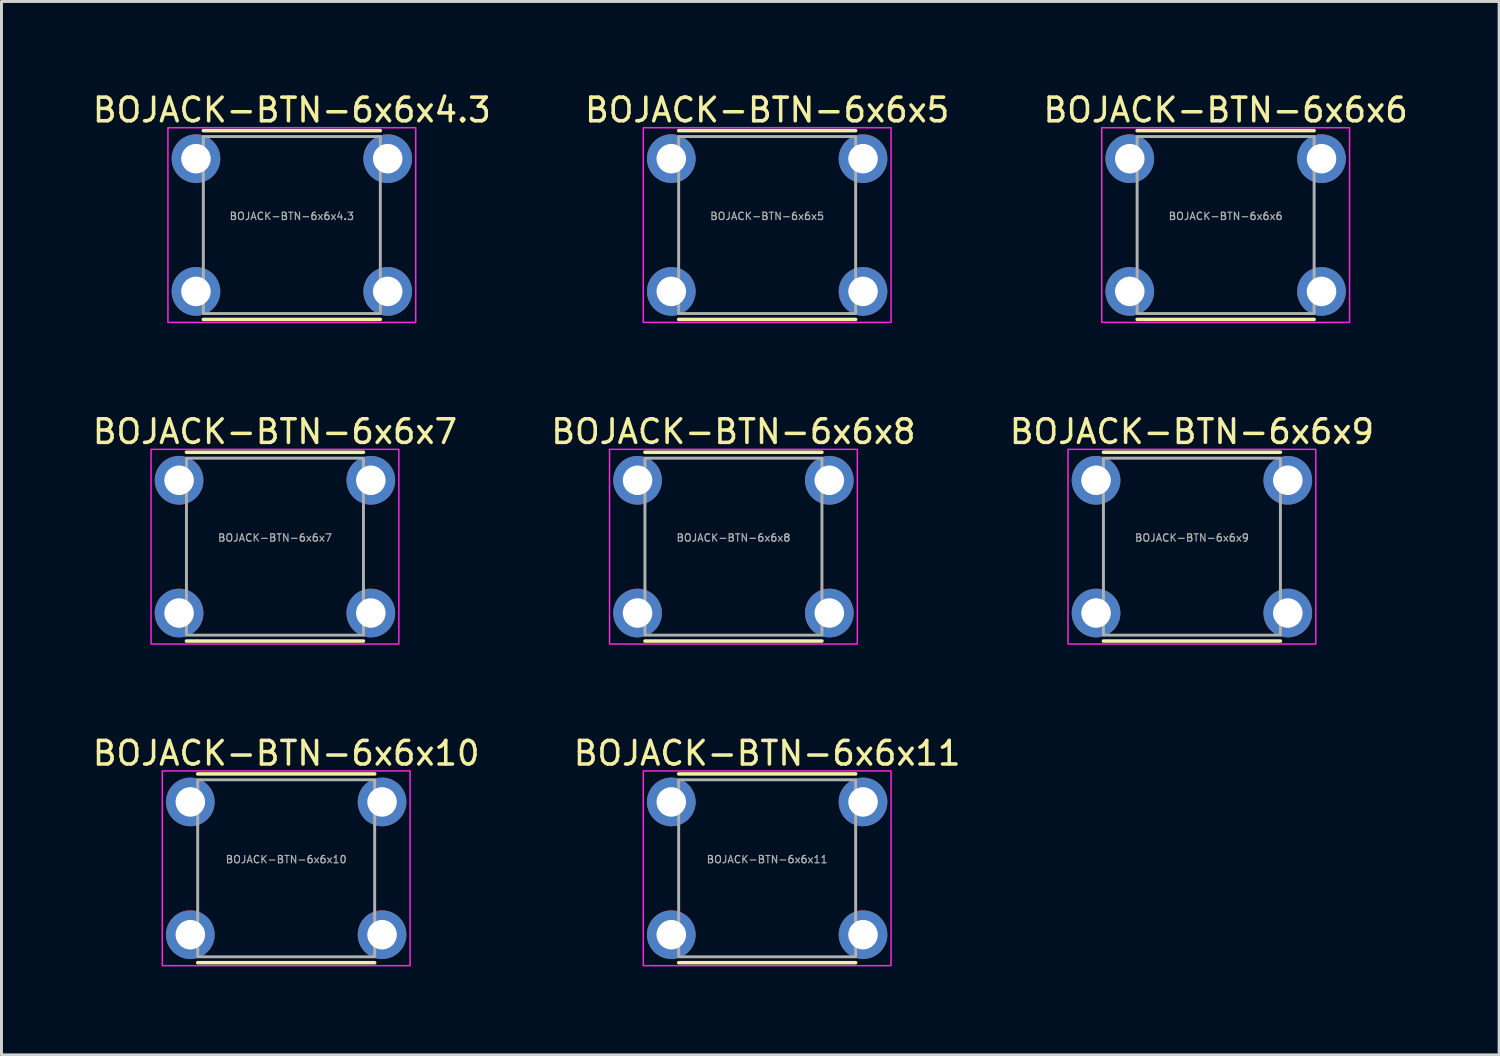
<source format=kicad_pcb>
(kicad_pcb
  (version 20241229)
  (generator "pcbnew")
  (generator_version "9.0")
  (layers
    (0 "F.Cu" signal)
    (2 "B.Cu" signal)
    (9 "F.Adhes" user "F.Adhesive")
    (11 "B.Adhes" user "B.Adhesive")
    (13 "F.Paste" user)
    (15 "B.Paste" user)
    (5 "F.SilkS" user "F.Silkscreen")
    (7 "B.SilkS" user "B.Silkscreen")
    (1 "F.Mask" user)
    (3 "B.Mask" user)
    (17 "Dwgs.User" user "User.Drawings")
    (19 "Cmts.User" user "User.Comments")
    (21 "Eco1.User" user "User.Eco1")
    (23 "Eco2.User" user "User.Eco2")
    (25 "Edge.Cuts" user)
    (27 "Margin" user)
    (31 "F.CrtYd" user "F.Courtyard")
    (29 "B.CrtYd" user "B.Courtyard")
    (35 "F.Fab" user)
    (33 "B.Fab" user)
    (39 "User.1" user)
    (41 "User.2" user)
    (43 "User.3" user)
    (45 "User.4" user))
  (footprint "BOJACK-BTN-6x6x8"
    (layer "F.Cu")
    (at 21.814 15.482)
    (property "Reference" "BOJACK-BTN-6x6x8" (at 0 -3.9 0) (unlocked yes) (layer "F.SilkS") (effects (font (size 0.8 0.8) (thickness 0.12))))
    (attr through_hole)
    (fp_line (start -3 -3.2) (end 3 -3.2) (stroke (width 0.12) (type default)) (layer "F.SilkS"))
    (fp_line (start -3 3.2) (end 3 3.2) (stroke (width 0.12) (type default)) (layer "F.SilkS"))
    (fp_rect (start -4.2 -3.3) (end 4.2 3.3) (stroke (width 0.05) (type default)) (fill no) (layer "F.CrtYd"))
    (fp_rect (start -3 -3) (end 3 3) (stroke (width 0.1) (type default)) (fill no) (layer "F.Fab"))
    (fp_text user "${REFERENCE}" (at 0 -0.3 0) (unlocked yes) (layer "F.Fab") (effects (font (size 0.25 0.25) (thickness 0.04))))
    (pad "1" thru_hole circle (at -3.25 -2.25) (size 1.65 1.65) (drill 1) (layers "*.Cu" "*.Mask"))
    (pad "1" thru_hole circle (at 3.25 -2.25) (size 1.65 1.65) (drill 1) (layers "*.Cu" "*.Mask"))
    (pad "2" thru_hole circle (at -3.25 2.25) (size 1.65 1.65) (drill 1) (layers "*.Cu" "*.Mask"))
    (pad "2" thru_hole circle (at 3.25 2.25) (size 1.65 1.65) (drill 1) (layers "*.Cu" "*.Mask")))
  (footprint "BOJACK-BTN-6x6x5"
    (layer "F.Cu")
    (at 22.957 4.579)
    (property "Reference" "BOJACK-BTN-6x6x5" (at 0 -3.9 0) (unlocked yes) (layer "F.SilkS") (effects (font (size 0.8 0.8) (thickness 0.12))))
    (attr through_hole)
    (fp_line (start -3 -3.2) (end 3 -3.2) (stroke (width 0.12) (type default)) (layer "F.SilkS"))
    (fp_line (start -3 3.2) (end 3 3.2) (stroke (width 0.12) (type default)) (layer "F.SilkS"))
    (fp_rect (start -4.2 -3.3) (end 4.2 3.3) (stroke (width 0.05) (type default)) (fill no) (layer "F.CrtYd"))
    (fp_rect (start -3 -3) (end 3 3) (stroke (width 0.1) (type default)) (fill no) (layer "F.Fab"))
    (fp_text user "${REFERENCE}" (at 0 -0.3 0) (unlocked yes) (layer "F.Fab") (effects (font (size 0.25 0.25) (thickness 0.04))))
    (pad "1" thru_hole circle (at -3.25 -2.25) (size 1.65 1.65) (drill 1) (layers "*.Cu" "*.Mask"))
    (pad "1" thru_hole circle (at 3.25 -2.25) (size 1.65 1.65) (drill 1) (layers "*.Cu" "*.Mask"))
    (pad "2" thru_hole circle (at -3.25 2.25) (size 1.65 1.65) (drill 1) (layers "*.Cu" "*.Mask"))
    (pad "2" thru_hole circle (at 3.25 2.25) (size 1.65 1.65) (drill 1) (layers "*.Cu" "*.Mask")))
  (footprint "BOJACK-BTN-6x6x10"
    (layer "F.Cu")
    (at 6.652 26.386)
    (property "Reference" "BOJACK-BTN-6x6x10" (at 0 -3.9 0) (unlocked yes) (layer "F.SilkS") (effects (font (size 0.8 0.8) (thickness 0.12))))
    (attr through_hole)
    (fp_line (start -3 -3.2) (end 3 -3.2) (stroke (width 0.12) (type default)) (layer "F.SilkS"))
    (fp_line (start -3 3.2) (end 3 3.2) (stroke (width 0.12) (type default)) (layer "F.SilkS"))
    (fp_rect (start -4.2 -3.3) (end 4.2 3.3) (stroke (width 0.05) (type default)) (fill no) (layer "F.CrtYd"))
    (fp_rect (start -3 -3) (end 3 3) (stroke (width 0.1) (type default)) (fill no) (layer "F.Fab"))
    (fp_text user "${REFERENCE}" (at 0 -0.3 0) (unlocked yes) (layer "F.Fab") (effects (font (size 0.25 0.25) (thickness 0.04))))
    (pad "1" thru_hole circle (at -3.25 -2.25) (size 1.65 1.65) (drill 1) (layers "*.Cu" "*.Mask"))
    (pad "1" thru_hole circle (at 3.25 -2.25) (size 1.65 1.65) (drill 1) (layers "*.Cu" "*.Mask"))
    (pad "2" thru_hole circle (at -3.25 2.25) (size 1.65 1.65) (drill 1) (layers "*.Cu" "*.Mask"))
    (pad "2" thru_hole circle (at 3.25 2.25) (size 1.65 1.65) (drill 1) (layers "*.Cu" "*.Mask")))
  (footprint "BOJACK-BTN-6x6x11"
    (layer "F.Cu")
    (at 22.957 26.386)
    (property "Reference" "BOJACK-BTN-6x6x11" (at 0 -3.9 0) (unlocked yes) (layer "F.SilkS") (effects (font (size 0.8 0.8) (thickness 0.12))))
    (attr through_hole)
    (fp_line (start -3 -3.2) (end 3 -3.2) (stroke (width 0.12) (type default)) (layer "F.SilkS"))
    (fp_line (start -3 3.2) (end 3 3.2) (stroke (width 0.12) (type default)) (layer "F.SilkS"))
    (fp_rect (start -4.2 -3.3) (end 4.2 3.3) (stroke (width 0.05) (type default)) (fill no) (layer "F.CrtYd"))
    (fp_rect (start -3 -3) (end 3 3) (stroke (width 0.1) (type default)) (fill no) (layer "F.Fab"))
    (fp_text user "${REFERENCE}" (at 0 -0.3 0) (unlocked yes) (layer "F.Fab") (effects (font (size 0.25 0.25) (thickness 0.04))))
    (pad "1" thru_hole circle (at -3.25 -2.25) (size 1.65 1.65) (drill 1) (layers "*.Cu" "*.Mask"))
    (pad "1" thru_hole circle (at 3.25 -2.25) (size 1.65 1.65) (drill 1) (layers "*.Cu" "*.Mask"))
    (pad "2" thru_hole circle (at -3.25 2.25) (size 1.65 1.65) (drill 1) (layers "*.Cu" "*.Mask"))
    (pad "2" thru_hole circle (at 3.25 2.25) (size 1.65 1.65) (drill 1) (layers "*.Cu" "*.Mask")))
  (footprint "BOJACK-BTN-6x6x4.3"
    (layer "F.Cu")
    (at 6.843 4.579)
    (property "Reference" "BOJACK-BTN-6x6x4.3" (at 0 -3.9 0) (unlocked yes) (layer "F.SilkS") (effects (font (size 0.8 0.8) (thickness 0.12))))
    (attr through_hole)
    (fp_line (start -3 -3.2) (end 3 -3.2) (stroke (width 0.12) (type default)) (layer "F.SilkS"))
    (fp_line (start -3 3.2) (end 3 3.2) (stroke (width 0.12) (type default)) (layer "F.SilkS"))
    (fp_rect (start -4.2 -3.3) (end 4.2 3.3) (stroke (width 0.05) (type default)) (fill no) (layer "F.CrtYd"))
    (fp_rect (start -3 -3) (end 3 3) (stroke (width 0.1) (type default)) (fill no) (layer "F.Fab"))
    (fp_text user "${REFERENCE}" (at 0 -0.3 0) (unlocked yes) (layer "F.Fab") (effects (font (size 0.25 0.25) (thickness 0.04))))
    (pad "1" thru_hole circle (at -3.25 -2.25) (size 1.65 1.65) (drill 1) (layers "*.Cu" "*.Mask"))
    (pad "1" thru_hole circle (at 3.25 -2.25) (size 1.65 1.65) (drill 1) (layers "*.Cu" "*.Mask"))
    (pad "2" thru_hole circle (at -3.25 2.25) (size 1.65 1.65) (drill 1) (layers "*.Cu" "*.Mask"))
    (pad "2" thru_hole circle (at 3.25 2.25) (size 1.65 1.65) (drill 1) (layers "*.Cu" "*.Mask")))
  (footprint "BOJACK-BTN-6x6x7"
    (layer "F.Cu")
    (at 6.271 15.482)
    (property "Reference" "BOJACK-BTN-6x6x7" (at 0 -3.9 0) (unlocked yes) (layer "F.SilkS") (effects (font (size 0.8 0.8) (thickness 0.12))))
    (attr through_hole)
    (fp_line (start -3 -3.2) (end 3 -3.2) (stroke (width 0.12) (type default)) (layer "F.SilkS"))
    (fp_line (start -3 3.2) (end 3 3.2) (stroke (width 0.12) (type default)) (layer "F.SilkS"))
    (fp_rect (start -4.2 -3.3) (end 4.2 3.3) (stroke (width 0.05) (type default)) (fill no) (layer "F.CrtYd"))
    (fp_rect (start -3 -3) (end 3 3) (stroke (width 0.1) (type default)) (fill no) (layer "F.Fab"))
    (fp_text user "${REFERENCE}" (at 0 -0.3 0) (unlocked yes) (layer "F.Fab") (effects (font (size 0.25 0.25) (thickness 0.04))))
    (pad "1" thru_hole circle (at -3.25 -2.25) (size 1.65 1.65) (drill 1) (layers "*.Cu" "*.Mask"))
    (pad "1" thru_hole circle (at 3.25 -2.25) (size 1.65 1.65) (drill 1) (layers "*.Cu" "*.Mask"))
    (pad "2" thru_hole circle (at -3.25 2.25) (size 1.65 1.65) (drill 1) (layers "*.Cu" "*.Mask"))
    (pad "2" thru_hole circle (at 3.25 2.25) (size 1.65 1.65) (drill 1) (layers "*.Cu" "*.Mask")))
  (footprint "BOJACK-BTN-6x6x9"
    (layer "F.Cu")
    (at 37.357 15.482)
    (property "Reference" "BOJACK-BTN-6x6x9" (at 0 -3.9 0) (unlocked yes) (layer "F.SilkS") (effects (font (size 0.8 0.8) (thickness 0.12))))
    (attr through_hole)
    (fp_line (start -3 -3.2) (end 3 -3.2) (stroke (width 0.12) (type default)) (layer "F.SilkS"))
    (fp_line (start -3 3.2) (end 3 3.2) (stroke (width 0.12) (type default)) (layer "F.SilkS"))
    (fp_rect (start -4.2 -3.3) (end 4.2 3.3) (stroke (width 0.05) (type default)) (fill no) (layer "F.CrtYd"))
    (fp_rect (start -3 -3) (end 3 3) (stroke (width 0.1) (type default)) (fill no) (layer "F.Fab"))
    (fp_text user "${REFERENCE}" (at 0 -0.3 0) (unlocked yes) (layer "F.Fab") (effects (font (size 0.25 0.25) (thickness 0.04))))
    (pad "1" thru_hole circle (at -3.25 -2.25) (size 1.65 1.65) (drill 1) (layers "*.Cu" "*.Mask"))
    (pad "1" thru_hole circle (at 3.25 -2.25) (size 1.65 1.65) (drill 1) (layers "*.Cu" "*.Mask"))
    (pad "2" thru_hole circle (at -3.25 2.25) (size 1.65 1.65) (drill 1) (layers "*.Cu" "*.Mask"))
    (pad "2" thru_hole circle (at 3.25 2.25) (size 1.65 1.65) (drill 1) (layers "*.Cu" "*.Mask")))
  (footprint "BOJACK-BTN-6x6x6"
    (layer "F.Cu")
    (at 38.5 4.579)
    (property "Reference" "BOJACK-BTN-6x6x6" (at 0 -3.9 0) (unlocked yes) (layer "F.SilkS") (effects (font (size 0.8 0.8) (thickness 0.12))))
    (attr through_hole)
    (fp_line (start -3 -3.2) (end 3 -3.2) (stroke (width 0.12) (type default)) (layer "F.SilkS"))
    (fp_line (start -3 3.2) (end 3 3.2) (stroke (width 0.12) (type default)) (layer "F.SilkS"))
    (fp_rect (start -4.2 -3.3) (end 4.2 3.3) (stroke (width 0.05) (type default)) (fill no) (layer "F.CrtYd"))
    (fp_rect (start -3 -3) (end 3 3) (stroke (width 0.1) (type default)) (fill no) (layer "F.Fab"))
    (fp_text user "${REFERENCE}" (at 0 -0.3 0) (unlocked yes) (layer "F.Fab") (effects (font (size 0.25 0.25) (thickness 0.04))))
    (pad "1" thru_hole circle (at -3.25 -2.25) (size 1.65 1.65) (drill 1) (layers "*.Cu" "*.Mask"))
    (pad "1" thru_hole circle (at 3.25 -2.25) (size 1.65 1.65) (drill 1) (layers "*.Cu" "*.Mask"))
    (pad "2" thru_hole circle (at -3.25 2.25) (size 1.65 1.65) (drill 1) (layers "*.Cu" "*.Mask"))
    (pad "2" thru_hole circle (at 3.25 2.25) (size 1.65 1.65) (drill 1) (layers "*.Cu" "*.Mask")))
  (gr_rect
    (start -3 -3)
    (end 47.771 32.711)
    (stroke (width 0.1) (type default))
    (fill no)
    (layer "Edge.Cuts")))
</source>
